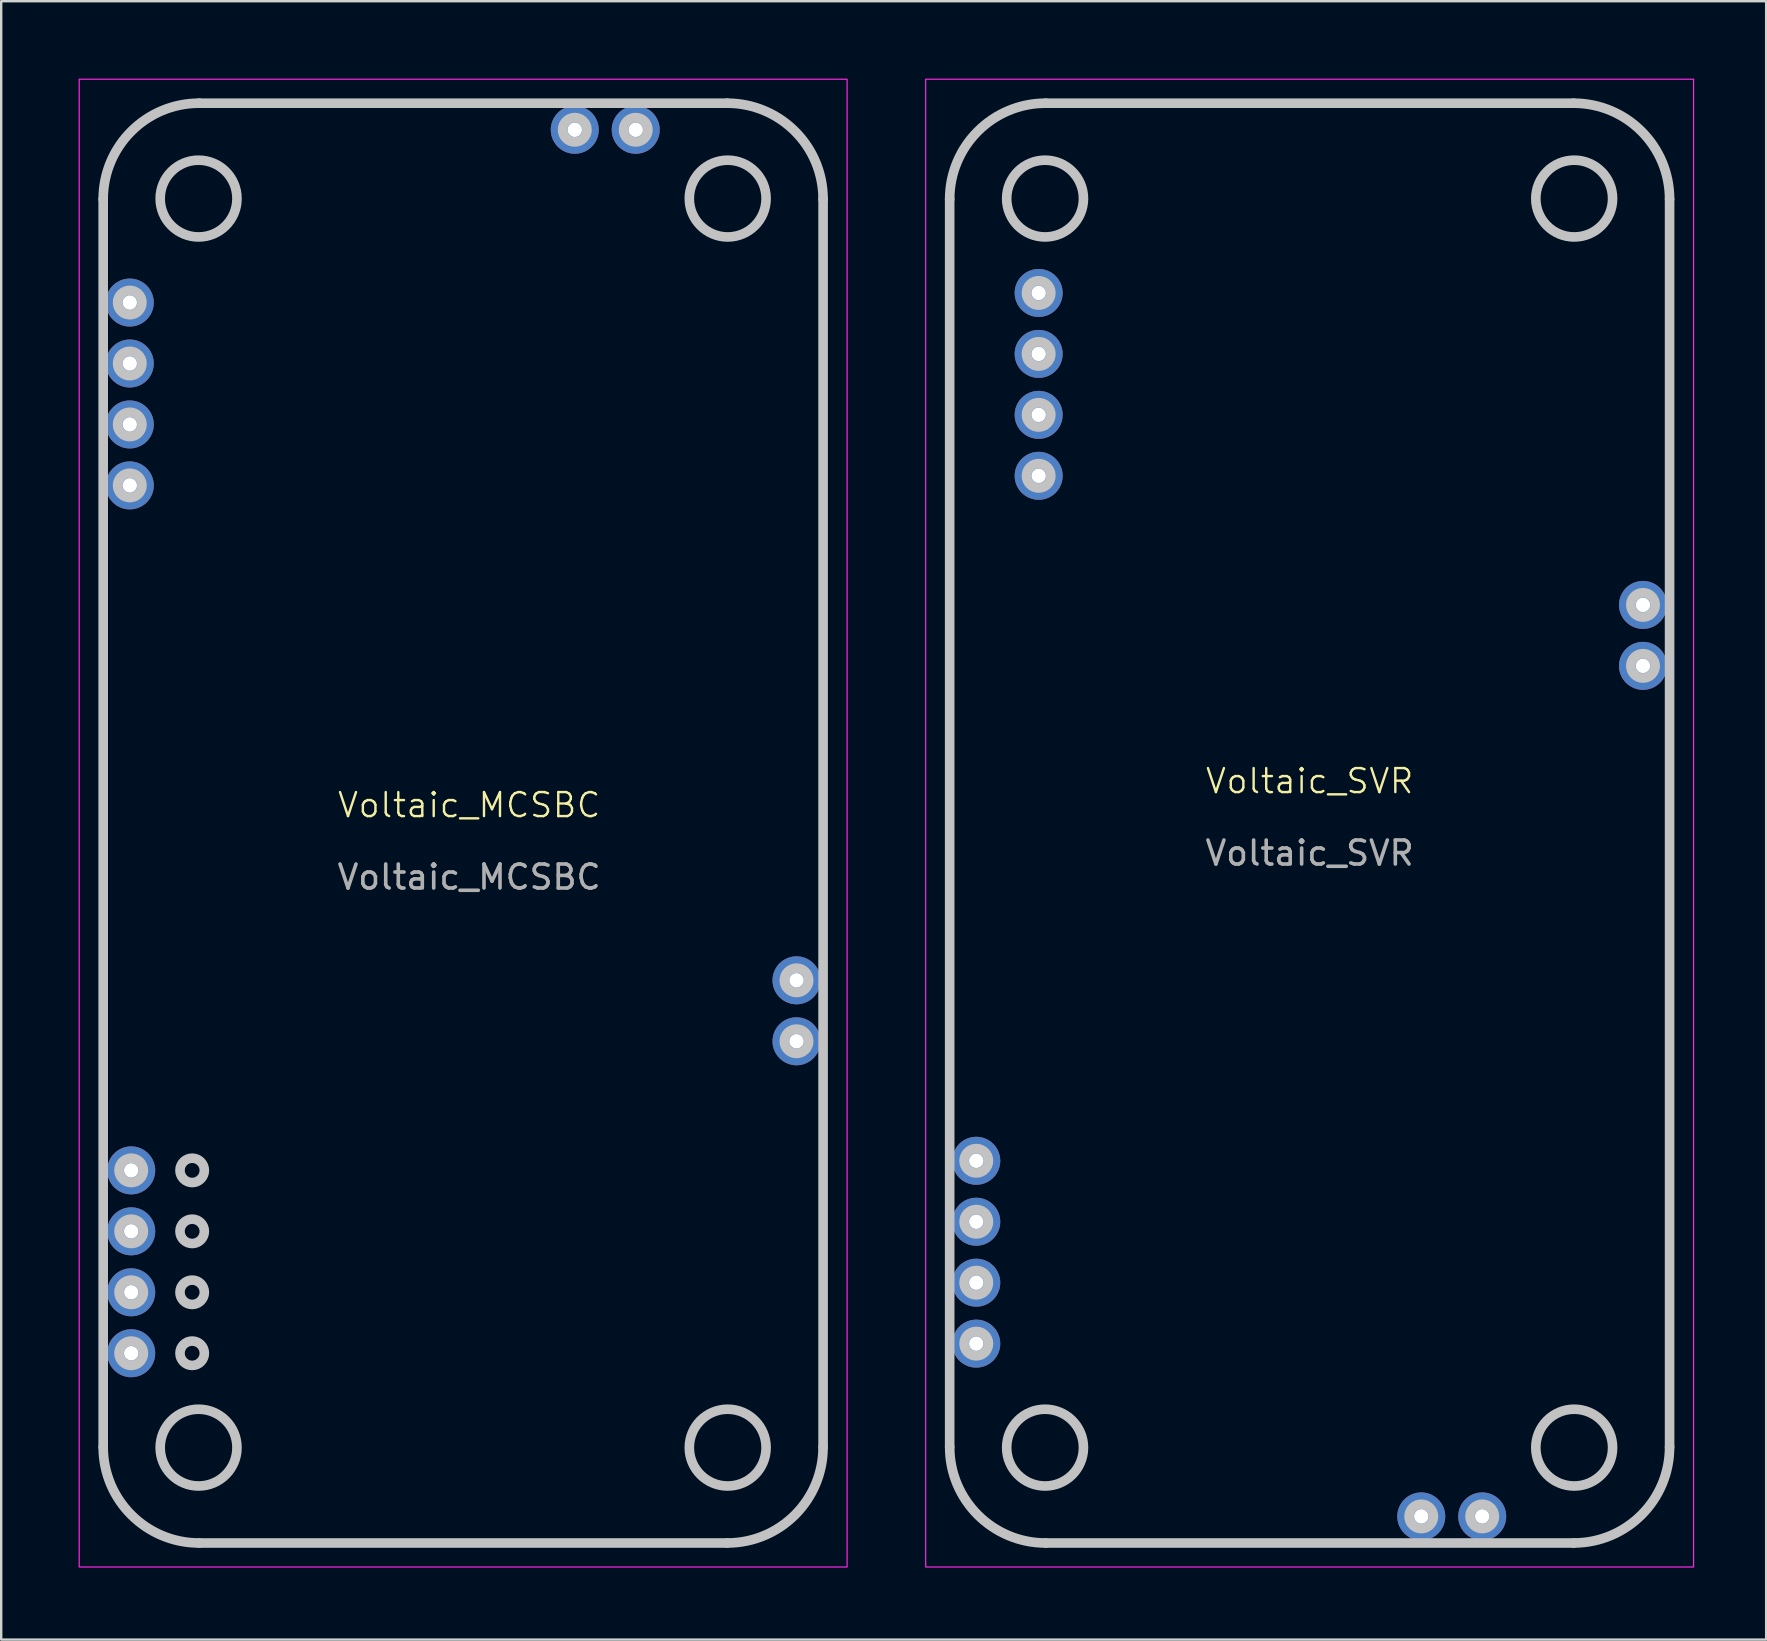
<source format=kicad_pcb>
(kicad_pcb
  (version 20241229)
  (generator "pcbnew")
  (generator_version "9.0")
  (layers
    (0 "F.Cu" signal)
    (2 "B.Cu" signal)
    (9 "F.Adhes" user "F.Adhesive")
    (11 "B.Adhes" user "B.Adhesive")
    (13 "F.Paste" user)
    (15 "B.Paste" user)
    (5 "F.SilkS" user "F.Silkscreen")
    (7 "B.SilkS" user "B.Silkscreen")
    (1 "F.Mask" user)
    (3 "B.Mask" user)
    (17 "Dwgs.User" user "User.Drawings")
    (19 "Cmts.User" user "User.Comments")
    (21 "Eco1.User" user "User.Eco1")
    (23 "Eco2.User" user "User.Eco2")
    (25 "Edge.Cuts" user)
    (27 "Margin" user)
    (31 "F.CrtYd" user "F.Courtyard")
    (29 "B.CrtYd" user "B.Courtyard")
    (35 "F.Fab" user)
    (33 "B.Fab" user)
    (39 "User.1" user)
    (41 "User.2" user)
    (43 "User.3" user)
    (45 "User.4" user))
  (footprint "Voltaic_MCSBC"
    (layer "F.Cu")
    (at 0.25 0.25)
    (property "Reference" "Voltaic_MCSBC" (at 16.25 30.25 0) (unlocked yes) (layer "F.SilkS") (effects (font (size 1 1) (thickness 0.1))))
    (attr through_hole)
    (fp_line (start 1 57) (end 1 5) (stroke (width 0.1) (type default)) (layer "F.SilkS"))
    (fp_line (start 5 1) (end 27 1) (stroke (width 0.1) (type default)) (layer "F.SilkS"))
    (fp_line (start 5 61) (end 27 61) (stroke (width 0.1) (type default)) (layer "F.SilkS"))
    (fp_line (start 31 57) (end 31 5) (stroke (width 0.1) (type default)) (layer "F.SilkS"))
    (fp_arc (start 1 5) (mid 2.171573 2.171573) (end 4.999999 1) (stroke (width 0.1) (type default)) (layer "F.SilkS"))
    (fp_arc (start 5 61) (mid 2.171573 59.828427) (end 1 57.000001) (stroke (width 0.1) (type default)) (layer "F.SilkS"))
    (fp_arc (start 27 1) (mid 29.828427 2.171573) (end 31 5) (stroke (width 0.1) (type default)) (layer "F.SilkS"))
    (fp_arc (start 31 57) (mid 29.828427 59.828427) (end 27 61) (stroke (width 0.1) (type default)) (layer "F.SilkS"))
    (fp_line (start 1 57) (end 1 5) (stroke (width 0.4) (type default)) (layer "Dwgs.User"))
    (fp_line (start 5 1) (end 27 1) (stroke (width 0.4) (type default)) (layer "Dwgs.User"))
    (fp_line (start 5 61) (end 27 61) (stroke (width 0.4) (type default)) (layer "Dwgs.User"))
    (fp_line (start 31 57) (end 31 5) (stroke (width 0.4) (type default)) (layer "Dwgs.User"))
    (fp_arc (start 0.999999 4.999999) (mid 2.171572 2.171572) (end 4.999998 0.999999) (stroke (width 0.4) (type default)) (layer "Dwgs.User"))
    (fp_arc (start 4.999999 60.999999) (mid 2.171572 59.828426) (end 0.999999 57) (stroke (width 0.4) (type default)) (layer "Dwgs.User"))
    (fp_arc (start 26.999999 0.999999) (mid 29.828426 2.171572) (end 30.999999 4.999999) (stroke (width 0.4) (type default)) (layer "Dwgs.User"))
    (fp_arc (start 30.999999 56.999999) (mid 29.828426 59.828426) (end 26.999999 60.999999) (stroke (width 0.4) (type default)) (layer "Dwgs.User"))
    (fp_circle (center 2.108 9.308) (end 2.616 9.308) (stroke (width 0.4) (type default)) (fill no) (layer "Dwgs.User"))
    (fp_circle (center 2.108 11.848) (end 2.616 11.848) (stroke (width 0.4) (type default)) (fill no) (layer "Dwgs.User"))
    (fp_circle (center 2.108 14.388) (end 2.616 14.388) (stroke (width 0.4) (type default)) (fill no) (layer "Dwgs.User"))
    (fp_circle (center 2.108 16.928) (end 2.616 16.928) (stroke (width 0.4) (type default)) (fill no) (layer "Dwgs.User"))
    (fp_circle (center 2.168 45.472) (end 2.676 45.472) (stroke (width 0.4) (type default)) (fill no) (layer "Dwgs.User"))
    (fp_circle (center 2.168 48.012) (end 2.676 48.012) (stroke (width 0.4) (type default)) (fill no) (layer "Dwgs.User"))
    (fp_circle (center 2.168 50.552) (end 2.676 50.552) (stroke (width 0.4) (type default)) (fill no) (layer "Dwgs.User"))
    (fp_circle (center 2.168 53.092) (end 2.676 53.092) (stroke (width 0.4) (type default)) (fill no) (layer "Dwgs.User"))
    (fp_circle (center 4.708 45.472) (end 5.216 45.472) (stroke (width 0.4) (type default)) (fill no) (layer "Dwgs.User"))
    (fp_circle (center 4.708 48.012) (end 5.216 48.012) (stroke (width 0.4) (type default)) (fill no) (layer "Dwgs.User"))
    (fp_circle (center 4.708 50.552) (end 5.216 50.552) (stroke (width 0.4) (type default)) (fill no) (layer "Dwgs.User"))
    (fp_circle (center 4.708 53.092) (end 5.216 53.092) (stroke (width 0.4) (type default)) (fill no) (layer "Dwgs.User"))
    (fp_circle (center 4.975 4.975) (end 6.575 4.975) (stroke (width 0.4) (type default)) (fill no) (layer "Dwgs.User"))
    (fp_circle (center 4.975 57.025) (end 6.575 57.025) (stroke (width 0.4) (type default)) (fill no) (layer "Dwgs.User"))
    (fp_circle (center 20.652 2.108) (end 21.16 2.108) (stroke (width 0.4) (type default)) (fill no) (layer "Dwgs.User"))
    (fp_circle (center 23.192 2.108) (end 23.7 2.108) (stroke (width 0.4) (type default)) (fill no) (layer "Dwgs.User"))
    (fp_circle (center 27.025 4.975) (end 28.625 4.975) (stroke (width 0.4) (type default)) (fill no) (layer "Dwgs.User"))
    (fp_circle (center 27.025 57.025) (end 28.625 57.025) (stroke (width 0.4) (type default)) (fill no) (layer "Dwgs.User"))
    (fp_circle (center 29.892 37.552) (end 30.4 37.552) (stroke (width 0.4) (type default)) (fill no) (layer "Dwgs.User"))
    (fp_circle (center 29.892 40.092) (end 30.4 40.092) (stroke (width 0.4) (type default)) (fill no) (layer "Dwgs.User"))
    (fp_rect (start 0 0) (end 32 62) (stroke (width 0.05) (type default)) (fill no) (layer "F.CrtYd"))
    (fp_text user "${REFERENCE}" (at 16.25 33.25 0) (unlocked yes) (layer "F.Fab") (effects (font (size 1 1) (thickness 0.15))))
    (pad "1" thru_hole circle (at 2.168 53.092) (size 2 2) (drill 0.6) (layers "*.Cu" "*.Mask"))
    (pad "2" thru_hole circle (at 2.168 50.552) (size 2 2) (drill 0.6) (layers "*.Cu" "*.Mask"))
    (pad "3" thru_hole circle (at 2.168 45.472) (size 2 2) (drill 0.6) (layers "*.Cu" "*.Mask"))
    (pad "6" thru_hole circle (at 29.892 40.092) (size 2 2) (drill 0.6) (layers "*.Cu" "*.Mask"))
    (pad "7" thru_hole circle (at 29.892 37.552) (size 2 2) (drill 0.6) (layers "*.Cu" "*.Mask"))
    (pad "12" thru_hole circle (at 23.192 2.108) (size 2 2) (drill 0.6) (layers "*.Cu" "*.Mask"))
    (pad "13" thru_hole circle (at 20.652 2.108) (size 2 2) (drill 0.6) (layers "*.Cu" "*.Mask"))
    (pad "14" thru_hole circle (at 2.168 48.012) (size 2 2) (drill 0.6) (layers "*.Cu" "*.Mask"))
    (pad "15" thru_hole circle (at 2.108 16.928) (size 2 2) (drill 0.6) (layers "*.Cu" "*.Mask"))
    (pad "16" thru_hole circle (at 2.108 14.388) (size 2 2) (drill 0.6) (layers "*.Cu" "*.Mask"))
    (pad "17" thru_hole circle (at 2.108 11.848) (size 2 2) (drill 0.6) (layers "*.Cu" "*.Mask"))
    (pad "18" thru_hole circle (at 2.108 9.308) (size 2 2) (drill 0.6) (layers "*.Cu" "*.Mask")))
  (footprint "Voltaic_SVR"
    (layer "F.Cu")
    (at 35.525 0.25)
    (property "Reference" "Voltaic_SVR" (at 16 29.25 0) (unlocked yes) (layer "F.SilkS") (effects (font (size 1 1) (thickness 0.1))))
    (attr through_hole)
    (fp_line (start 1 57) (end 1 5) (stroke (width 0.1) (type default)) (layer "F.SilkS"))
    (fp_line (start 5 1) (end 27 1) (stroke (width 0.1) (type default)) (layer "F.SilkS"))
    (fp_line (start 5 61) (end 27 61) (stroke (width 0.1) (type default)) (layer "F.SilkS"))
    (fp_line (start 31 57) (end 31 5) (stroke (width 0.1) (type default)) (layer "F.SilkS"))
    (fp_arc (start 1 5.000001) (mid 2.171573 2.171574) (end 4.999999 1.000001) (stroke (width 0.1) (type default)) (layer "F.SilkS"))
    (fp_arc (start 5 61.000001) (mid 2.171573 59.828428) (end 1 57.000002) (stroke (width 0.1) (type default)) (layer "F.SilkS"))
    (fp_arc (start 27 1.000001) (mid 29.828427 2.171574) (end 31 5.000001) (stroke (width 0.1) (type default)) (layer "F.SilkS"))
    (fp_arc (start 31 57.000001) (mid 29.828427 59.828429) (end 27 61.000001) (stroke (width 0.1) (type default)) (layer "F.SilkS"))
    (fp_line (start 1 57) (end 1 5) (stroke (width 0.4) (type default)) (layer "Dwgs.User"))
    (fp_line (start 5 1) (end 27 1) (stroke (width 0.4) (type default)) (layer "Dwgs.User"))
    (fp_line (start 5 61) (end 27 61) (stroke (width 0.4) (type default)) (layer "Dwgs.User"))
    (fp_line (start 31 57) (end 31 5) (stroke (width 0.4) (type default)) (layer "Dwgs.User"))
    (fp_arc (start 1 5) (mid 2.171573 2.171573) (end 4.999999 1) (stroke (width 0.4) (type default)) (layer "Dwgs.User"))
    (fp_arc (start 5 61) (mid 2.171573 59.828427) (end 1 57.000001) (stroke (width 0.4) (type default)) (layer "Dwgs.User"))
    (fp_arc (start 27 1) (mid 29.828427 2.171573) (end 31 5) (stroke (width 0.4) (type default)) (layer "Dwgs.User"))
    (fp_arc (start 31 57) (mid 29.828427 59.828428) (end 27 61) (stroke (width 0.4) (type default)) (layer "Dwgs.User"))
    (fp_circle (center 2.108 45.072) (end 2.616 45.072) (stroke (width 0.4) (type default)) (fill no) (layer "Dwgs.User"))
    (fp_circle (center 2.108 47.612) (end 2.616 47.612) (stroke (width 0.4) (type default)) (fill no) (layer "Dwgs.User"))
    (fp_circle (center 2.108 50.152) (end 2.616 50.152) (stroke (width 0.4) (type default)) (fill no) (layer "Dwgs.User"))
    (fp_circle (center 2.108 52.692) (end 2.616 52.692) (stroke (width 0.4) (type default)) (fill no) (layer "Dwgs.User"))
    (fp_circle (center 4.708 8.908) (end 5.216 8.908) (stroke (width 0.4) (type default)) (fill no) (layer "Dwgs.User"))
    (fp_circle (center 4.708 11.448) (end 5.216 11.448) (stroke (width 0.4) (type default)) (fill no) (layer "Dwgs.User"))
    (fp_circle (center 4.708 13.988) (end 5.216 13.988) (stroke (width 0.4) (type default)) (fill no) (layer "Dwgs.User"))
    (fp_circle (center 4.708 16.528) (end 5.216 16.528) (stroke (width 0.4) (type default)) (fill no) (layer "Dwgs.User"))
    (fp_circle (center 4.975 4.975) (end 6.575 4.975) (stroke (width 0.4) (type default)) (fill no) (layer "Dwgs.User"))
    (fp_circle (center 4.975 57.025) (end 6.575 57.025) (stroke (width 0.4) (type default)) (fill no) (layer "Dwgs.User"))
    (fp_circle (center 20.652 59.892) (end 21.16 59.892) (stroke (width 0.4) (type default)) (fill no) (layer "Dwgs.User"))
    (fp_circle (center 23.192 59.892) (end 23.7 59.892) (stroke (width 0.4) (type default)) (fill no) (layer "Dwgs.User"))
    (fp_circle (center 27.025 4.975) (end 28.625 4.975) (stroke (width 0.4) (type default)) (fill no) (layer "Dwgs.User"))
    (fp_circle (center 27.025 57.025) (end 28.625 57.025) (stroke (width 0.4) (type default)) (fill no) (layer "Dwgs.User"))
    (fp_circle (center 29.892 21.908) (end 30.4 21.908) (stroke (width 0.4) (type default)) (fill no) (layer "Dwgs.User"))
    (fp_circle (center 29.892 24.448) (end 30.4 24.448) (stroke (width 0.4) (type default)) (fill no) (layer "Dwgs.User"))
    (fp_rect (start 0 0) (end 32 62) (stroke (width 0.05) (type default)) (fill no) (layer "F.CrtYd"))
    (fp_text user "${REFERENCE}" (at 16 32.25 0) (unlocked yes) (layer "F.Fab") (effects (font (size 1 1) (thickness 0.15))))
    (pad "1" thru_hole circle (at 4.708 8.908) (size 2 2) (drill 0.6) (layers "*.Cu" "*.Mask"))
    (pad "2" thru_hole circle (at 4.708 11.448) (size 2 2) (drill 0.6) (layers "*.Cu" "*.Mask"))
    (pad "3" thru_hole circle (at 4.708 16.528) (size 2 2) (drill 0.6) (layers "*.Cu" "*.Mask"))
    (pad "4" thru_hole circle (at 29.892 21.908) (size 2 2) (drill 0.6) (layers "*.Cu" "*.Mask"))
    (pad "5" thru_hole circle (at 29.892 24.448) (size 2 2) (drill 0.6) (layers "*.Cu" "*.Mask"))
    (pad "6" thru_hole circle (at 2.108 47.612) (size 2 2) (drill 0.6) (layers "*.Cu" "*.Mask"))
    (pad "7" thru_hole circle (at 2.108 50.152) (size 2 2) (drill 0.6) (layers "*.Cu" "*.Mask"))
    (pad "8" thru_hole circle (at 2.108 52.692) (size 2 2) (drill 0.6) (layers "*.Cu" "*.Mask"))
    (pad "9" thru_hole circle (at 20.652 59.892) (size 2 2) (drill 0.6) (layers "*.Cu" "*.Mask"))
    (pad "10" thru_hole circle (at 23.192 59.892) (size 2 2) (drill 0.6) (layers "*.Cu" "*.Mask"))
    (pad "11" thru_hole circle (at 4.708 13.988) (size 2 2) (drill 0.6) (layers "*.Cu" "*.Mask"))
    (pad "12" thru_hole circle (at 2.108 45.072) (size 2 2) (drill 0.6) (layers "*.Cu" "*.Mask")))
  (gr_rect
    (start -3 -3)
    (end 70.55 65.275)
    (stroke (width 0.1) (type default))
    (fill no)
    (layer "Edge.Cuts")))
</source>
